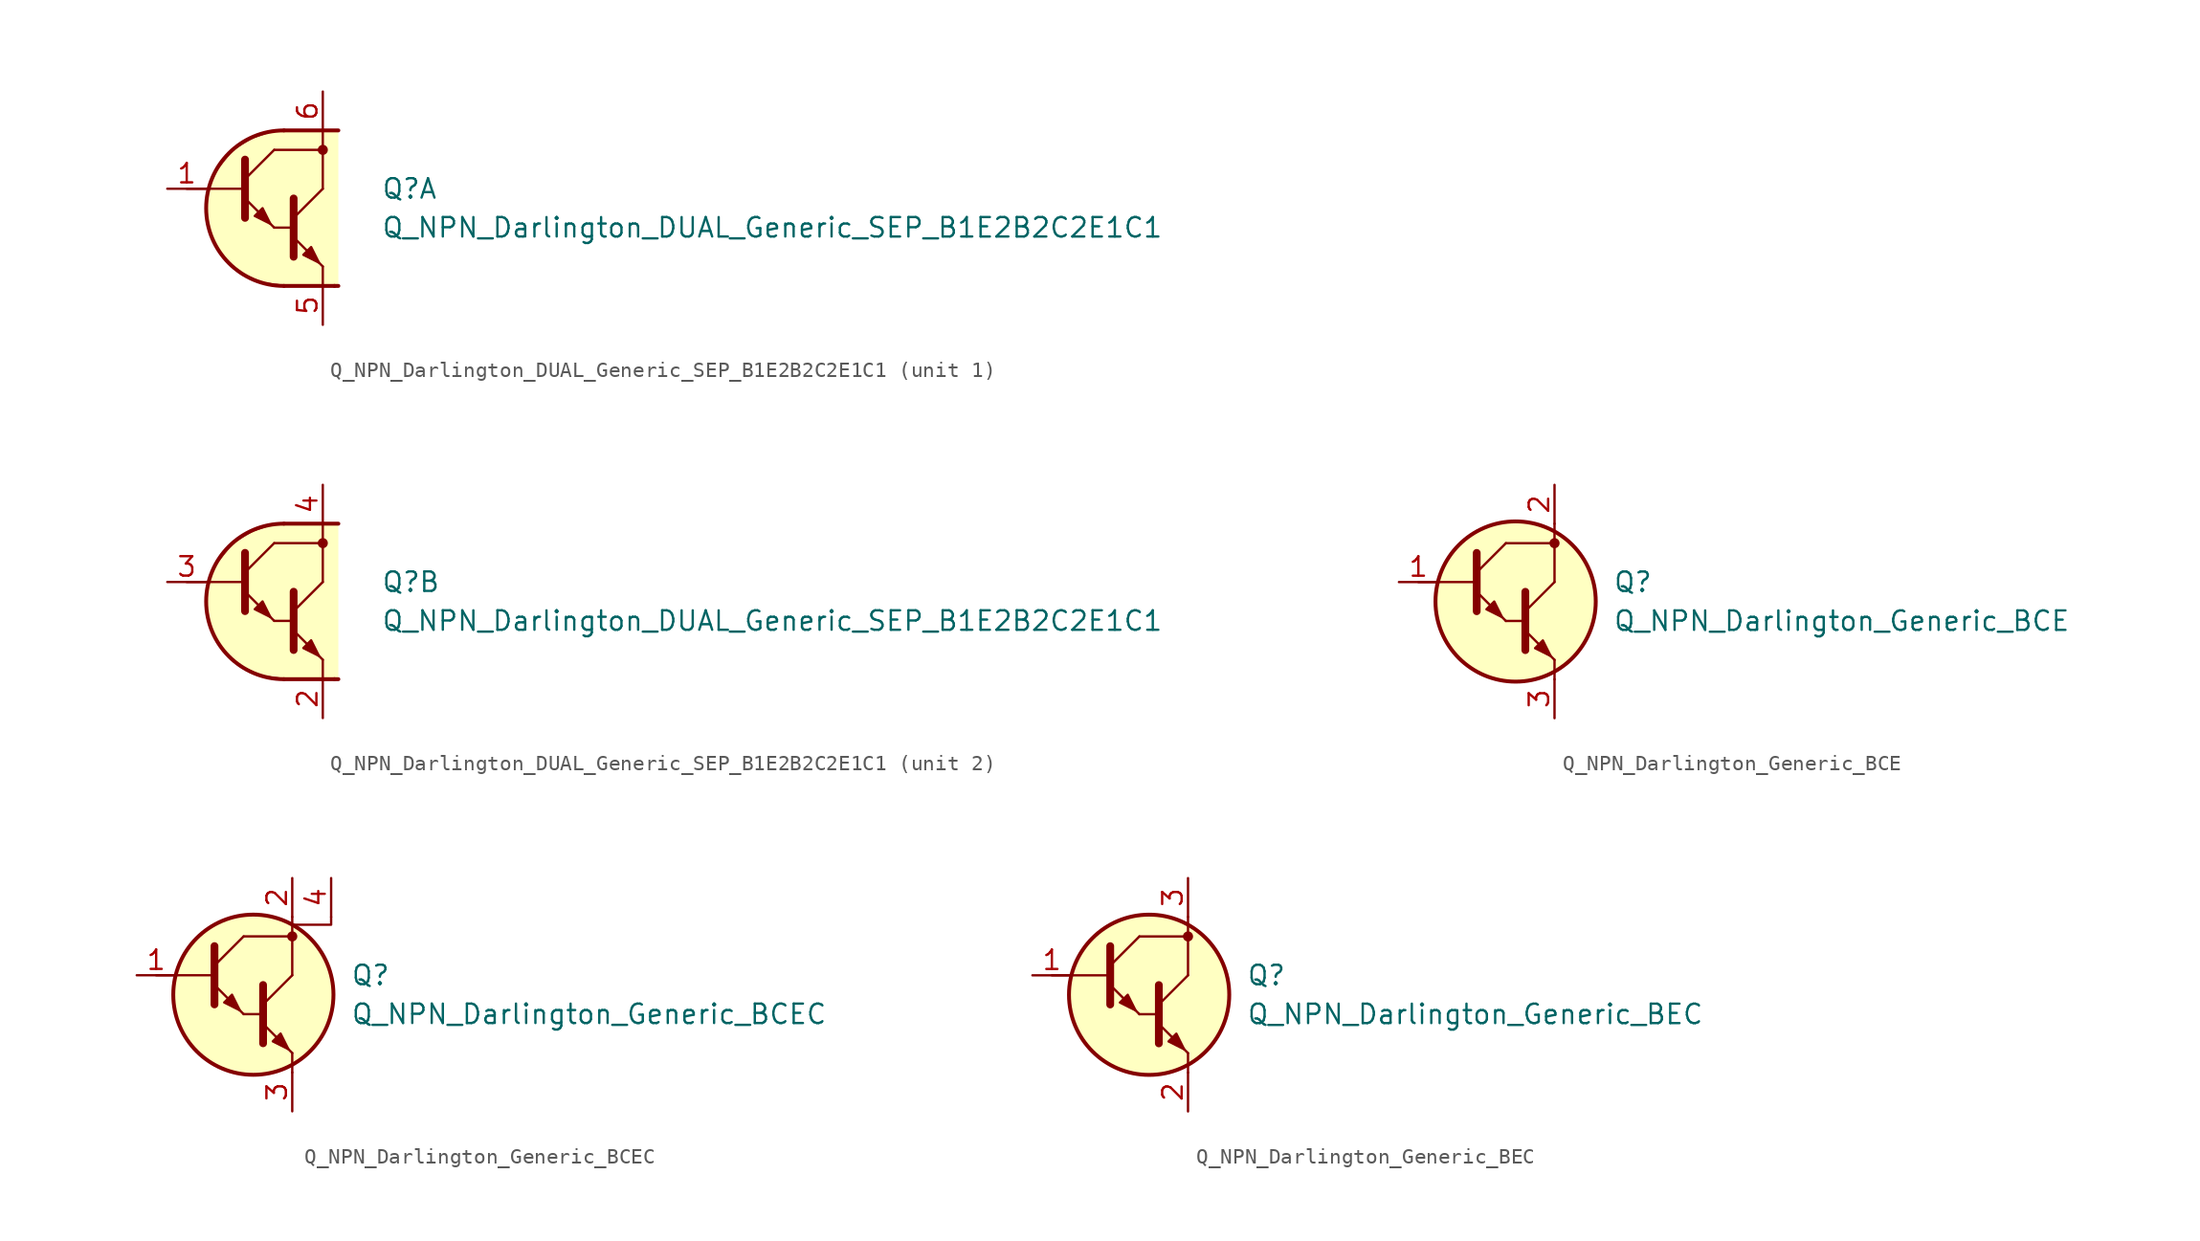
<source format=kicad_sym>
(kicad_symbol_lib
  (version 20211014)
  (generator kicad_symbol_editor)
  (symbol "Transistor_BJT_Darlington:Q_NPN_Darlington_DUAL_Generic_SEP_B1E2B2C2E1C1"
    (pin_names hide)
    (property "Reference" "Q"
      (at 6.35 1.27 0)
      (effects (font (size 1.27 1.27)) (justify left)))
    (property "Value" "Q_NPN_Darlington_DUAL_Generic_SEP_B1E2B2C2E1C1"
      (at 6.35 -1.27 0)
      (effects (font (size 1.27 1.27)) (justify left)))
    (property "ki_locked" ""
      (at 0 0 0)
      (effects (font (size 1.27 1.27))))
    (symbol "Q_NPN_Darlington_DUAL_Generic_SEP_B1E2B2C2E1C1_0_1"
      (polyline (pts (xy -6.35 1.27) (xy -2.54 1.27)) (stroke (width 0) (type default) (color 0 0 0 0)) (fill (type none)))
      (polyline (pts (xy -0.635 -1.27) (xy 0.635 -1.27)) (stroke (width 0) (type default) (color 0 0 0 0)) (fill (type none)))
      (polyline (pts (xy 0 -5.08) (xy 3.302 -5.08)) (stroke (width 0.254) (type default) (color 0 0 0 0)) (fill (type none)))
      (polyline (pts (xy 0 5.08) (xy 3.556 5.08)) (stroke (width 0.254) (type default) (color 0 0 0 0)) (fill (type none)))
      (polyline (pts (xy 0.635 -0.635) (xy 2.54 1.27)) (stroke (width 0) (type default) (color 0 0 0 0)) (fill (type none)))
      (polyline (pts (xy 2.54 -5.08) (xy 2.54 -3.81)) (stroke (width 0) (type default) (color 0 0 0 0)) (fill (type none)))
      (polyline (pts (xy 2.54 3.81) (xy 2.54 5.08)) (stroke (width 0) (type default) (color 0 0 0 0)) (fill (type none)))
      (polyline (pts (xy 3.302 -5.08) (xy 3.556 -5.08)) (stroke (width 0.254) (type default) (color 0 0 0 0)) (fill (type none)))
      (polyline (pts (xy -0.635 3.81) (xy 2.54 3.81) (xy 2.54 1.27)) (stroke (width 0) (type default) (color 0 0 0 0)) (fill (type none)))
      (polyline (pts (xy 0.635 -1.905) (xy 2.54 -3.81) (xy 2.54 -3.81)) (stroke (width 0) (type default) (color 0 0 0 0)) (fill (type none)))
      (polyline (pts (xy 0.635 0.635) (xy 0.635 -3.175) (xy 0.635 -3.175)) (stroke (width 0.508) (type default) (color 0 0 0 0)) (fill (type none)))
      (polyline (pts (xy 1.27 -3.048) (xy 1.778 -2.54) (xy 2.286 -3.556) (xy 1.27 -3.048) (xy 1.27 -3.048)) (stroke (width 0) (type default) (color 0 0 0 0)) (fill (type outline)))
      (polyline (pts (xy 3.556 5.08) (xy -0.508 5.08) (xy -2.032 4.572) (xy -3.302 3.81) (xy -4.318 2.54) (xy -5.08 1.016) (xy -5.08 -0.762) (xy -4.318 -2.794) (xy -3.048 -4.064) (xy -1.524 -4.826) (xy 0.508 -5.08) (xy 3.556 -5.08)) (stroke (width 0.025) (type default) (color 0 0 0 0)) (fill (type background)))
      (arc (start 0 5.08) (mid -5.08 0) (end 0 -5.08) (stroke (width 0.254) (type default) (color 0 0 0 0)) (fill (type none)))
      (circle (center 2.54 3.81) (radius 0.254) (stroke (width 0)) (stroke (width 0) (type default) (color 0 0 0 0)) (fill (type outline))))
    (symbol "Q_NPN_Darlington_DUAL_Generic_SEP_B1E2B2C2E1C1_1_1"
      (polyline (pts (xy -2.54 1.905) (xy -0.635 3.81)) (stroke (width 0) (type default) (color 0 0 0 0)) (fill (type none)))
      (polyline (pts (xy -2.54 0.635) (xy -0.635 -1.27) (xy -0.635 -1.27)) (stroke (width 0) (type default) (color 0 0 0 0)) (fill (type none)))
      (polyline (pts (xy -2.54 3.175) (xy -2.54 -0.635) (xy -2.54 -0.635)) (stroke (width 0.508) (type default) (color 0 0 0 0)) (fill (type none)))
      (polyline (pts (xy -1.905 -0.508) (xy -1.397 0) (xy -0.889 -1.016) (xy -1.905 -0.508) (xy -1.905 -0.508)) (stroke (width 0) (type default) (color 0 0 0 0)) (fill (type outline)))
      (pin input line (at -7.62 1.27 0) (length 2.54) (name "B1" (effects (font (size 1.27 1.27)))) (number "1" (effects (font (size 1.27 1.27)))))
      (pin passive line (at 2.54 -7.62 90) (length 2.54) (name "E1" (effects (font (size 1.27 1.27)))) (number "5" (effects (font (size 1.27 1.27)))))
      (pin passive line (at 2.54 7.62 270) (length 2.54) (name "C1" (effects (font (size 1.27 1.27)))) (number "6" (effects (font (size 1.27 1.27))))))
    (symbol "Q_NPN_Darlington_DUAL_Generic_SEP_B1E2B2C2E1C1_2_1"
      (polyline (pts (xy -2.54 1.905) (xy -0.635 3.81)) (stroke (width 0) (type default) (color 0 0 0 0)) (fill (type none)))
      (polyline (pts (xy -2.54 0.635) (xy -0.635 -1.27) (xy -0.635 -1.27)) (stroke (width 0) (type default) (color 0 0 0 0)) (fill (type none)))
      (polyline (pts (xy -2.54 3.175) (xy -2.54 -0.635) (xy -2.54 -0.635)) (stroke (width 0.508) (type default) (color 0 0 0 0)) (fill (type none)))
      (polyline (pts (xy -1.905 -0.508) (xy -1.397 0) (xy -0.889 -1.016) (xy -1.905 -0.508) (xy -1.905 -0.508)) (stroke (width 0) (type default) (color 0 0 0 0)) (fill (type outline)))
      (pin passive line (at 2.54 -7.62 90) (length 2.54) (name "E2" (effects (font (size 1.27 1.27)))) (number "2" (effects (font (size 1.27 1.27)))))
      (pin input line (at -7.62 1.27 0) (length 2.54) (name "B2" (effects (font (size 1.27 1.27)))) (number "3" (effects (font (size 1.27 1.27)))))
      (pin passive line (at 2.54 7.62 270) (length 2.54) (name "C2" (effects (font (size 1.27 1.27)))) (number "4" (effects (font (size 1.27 1.27)))))))
  (symbol "Transistor_BJT_Darlington:Q_NPN_Darlington_Generic_BCE"
    (pin_names hide)
    (property "Reference" "Q"
      (at 6.35 1.27 0)
      (effects (font (size 1.27 1.27)) (justify left)))
    (property "Value" "Q_NPN_Darlington_Generic_BCE"
      (at 6.35 -1.27 0)
      (effects (font (size 1.27 1.27)) (justify left)))
    (symbol "Q_NPN_Darlington_Generic_BCE_0_1"
      (polyline (pts (xy -6.35 1.27) (xy -2.54 1.27)) (stroke (width 0) (type default) (color 0 0 0 0)) (fill (type none)))
      (polyline (pts (xy -0.635 -1.27) (xy 0.635 -1.27)) (stroke (width 0) (type default) (color 0 0 0 0)) (fill (type none)))
      (polyline (pts (xy 0.635 -0.635) (xy 2.54 1.27)) (stroke (width 0) (type default) (color 0 0 0 0)) (fill (type none)))
      (polyline (pts (xy 2.54 -5.08) (xy 2.54 -3.81)) (stroke (width 0) (type default) (color 0 0 0 0)) (fill (type none)))
      (polyline (pts (xy 2.54 3.81) (xy 2.54 5.08)) (stroke (width 0) (type default) (color 0 0 0 0)) (fill (type none)))
      (polyline (pts (xy -0.635 3.81) (xy 2.54 3.81) (xy 2.54 1.27)) (stroke (width 0) (type default) (color 0 0 0 0)) (fill (type none)))
      (polyline (pts (xy 0.635 -1.905) (xy 2.54 -3.81) (xy 2.54 -3.81)) (stroke (width 0) (type default) (color 0 0 0 0)) (fill (type none)))
      (polyline (pts (xy 0.635 0.635) (xy 0.635 -3.175) (xy 0.635 -3.175)) (stroke (width 0.508) (type default) (color 0 0 0 0)) (fill (type none)))
      (polyline (pts (xy 1.27 -3.048) (xy 1.778 -2.54) (xy 2.286 -3.556) (xy 1.27 -3.048) (xy 1.27 -3.048)) (stroke (width 0) (type default) (color 0 0 0 0)) (fill (type outline)))
      (circle (center 0 0) (radius 5.232) (stroke (width 0.254)) (stroke (width 0.254) (type default) (color 0 0 0 0)) (fill (type background)))
      (circle (center 2.54 3.81) (radius 0.254) (stroke (width 0)) (stroke (width 0) (type default) (color 0 0 0 0)) (fill (type outline))))
    (symbol "Q_NPN_Darlington_Generic_BCE_1_1"
      (polyline (pts (xy -2.54 1.905) (xy -0.635 3.81)) (stroke (width 0) (type default) (color 0 0 0 0)) (fill (type none)))
      (polyline (pts (xy -2.54 0.635) (xy -0.635 -1.27) (xy -0.635 -1.27)) (stroke (width 0) (type default) (color 0 0 0 0)) (fill (type none)))
      (polyline (pts (xy -2.54 3.175) (xy -2.54 -0.635) (xy -2.54 -0.635)) (stroke (width 0.508) (type default) (color 0 0 0 0)) (fill (type none)))
      (polyline (pts (xy -1.905 -0.508) (xy -1.397 0) (xy -0.889 -1.016) (xy -1.905 -0.508) (xy -1.905 -0.508)) (stroke (width 0) (type default) (color 0 0 0 0)) (fill (type outline)))
      (pin input line (at -7.62 1.27 0) (length 2.54) (name "B" (effects (font (size 1.27 1.27)))) (number "1" (effects (font (size 1.27 1.27)))))
      (pin passive line (at 2.54 7.62 270) (length 2.54) (name "C" (effects (font (size 1.27 1.27)))) (number "2" (effects (font (size 1.27 1.27)))))
      (pin passive line (at 2.54 -7.62 90) (length 2.54) (name "E" (effects (font (size 1.27 1.27)))) (number "3" (effects (font (size 1.27 1.27)))))))
  (symbol "Transistor_BJT_Darlington:Q_NPN_Darlington_Generic_BCEC"
    (pin_names hide)
    (property "Reference" "Q"
      (at 6.35 1.27 0)
      (effects (font (size 1.27 1.27)) (justify left)))
    (property "Value" "Q_NPN_Darlington_Generic_BCEC"
      (at 6.35 -1.27 0)
      (effects (font (size 1.27 1.27)) (justify left)))
    (symbol "Q_NPN_Darlington_Generic_BCEC_0_1"
      (polyline (pts (xy -6.35 1.27) (xy -2.54 1.27)) (stroke (width 0) (type default) (color 0 0 0 0)) (fill (type none)))
      (polyline (pts (xy -0.635 -1.27) (xy 0.635 -1.27)) (stroke (width 0) (type default) (color 0 0 0 0)) (fill (type none)))
      (polyline (pts (xy 0.635 -0.635) (xy 2.54 1.27)) (stroke (width 0) (type default) (color 0 0 0 0)) (fill (type none)))
      (polyline (pts (xy 2.54 -5.08) (xy 2.54 -3.81)) (stroke (width 0) (type default) (color 0 0 0 0)) (fill (type none)))
      (polyline (pts (xy 2.54 3.81) (xy 2.54 5.08)) (stroke (width 0) (type default) (color 0 0 0 0)) (fill (type none)))
      (polyline (pts (xy -0.635 3.81) (xy 2.54 3.81) (xy 2.54 1.27)) (stroke (width 0) (type default) (color 0 0 0 0)) (fill (type none)))
      (polyline (pts (xy 0.635 -1.905) (xy 2.54 -3.81) (xy 2.54 -3.81)) (stroke (width 0) (type default) (color 0 0 0 0)) (fill (type none)))
      (polyline (pts (xy 0.635 0.635) (xy 0.635 -3.175) (xy 0.635 -3.175)) (stroke (width 0.508) (type default) (color 0 0 0 0)) (fill (type none)))
      (polyline (pts (xy 2.54 4.572) (xy 5.08 4.572) (xy 5.08 5.08)) (stroke (width 0) (type default) (color 0 0 0 0)) (fill (type none)))
      (polyline (pts (xy 1.27 -3.048) (xy 1.778 -2.54) (xy 2.286 -3.556) (xy 1.27 -3.048) (xy 1.27 -3.048)) (stroke (width 0) (type default) (color 0 0 0 0)) (fill (type outline)))
      (circle (center 0 0) (radius 5.232) (stroke (width 0.254)) (stroke (width 0.254) (type default) (color 0 0 0 0)) (fill (type background)))
      (circle (center 2.54 3.81) (radius 0.254) (stroke (width 0)) (stroke (width 0) (type default) (color 0 0 0 0)) (fill (type outline))))
    (symbol "Q_NPN_Darlington_Generic_BCEC_1_1"
      (polyline (pts (xy -2.54 1.905) (xy -0.635 3.81)) (stroke (width 0) (type default) (color 0 0 0 0)) (fill (type none)))
      (polyline (pts (xy -2.54 0.635) (xy -0.635 -1.27) (xy -0.635 -1.27)) (stroke (width 0) (type default) (color 0 0 0 0)) (fill (type none)))
      (polyline (pts (xy -2.54 3.175) (xy -2.54 -0.635) (xy -2.54 -0.635)) (stroke (width 0.508) (type default) (color 0 0 0 0)) (fill (type none)))
      (polyline (pts (xy -1.905 -0.508) (xy -1.397 0) (xy -0.889 -1.016) (xy -1.905 -0.508) (xy -1.905 -0.508)) (stroke (width 0) (type default) (color 0 0 0 0)) (fill (type outline)))
      (pin input line (at -7.62 1.27 0) (length 2.54) (name "B" (effects (font (size 1.27 1.27)))) (number "1" (effects (font (size 1.27 1.27)))))
      (pin passive line (at 2.54 7.62 270) (length 2.54) (name "C" (effects (font (size 1.27 1.27)))) (number "2" (effects (font (size 1.27 1.27)))))
      (pin passive line (at 2.54 -7.62 90) (length 2.54) (name "E" (effects (font (size 1.27 1.27)))) (number "3" (effects (font (size 1.27 1.27)))))
      (pin passive line (at 5.08 7.62 270) (length 2.54) (name "C" (effects (font (size 1.27 1.27)))) (number "4" (effects (font (size 1.27 1.27)))))))
  (symbol "Transistor_BJT_Darlington:Q_NPN_Darlington_Generic_BEC"
    (pin_names hide)
    (property "Reference" "Q"
      (at 6.35 1.27 0)
      (effects (font (size 1.27 1.27)) (justify left)))
    (property "Value" "Q_NPN_Darlington_Generic_BEC"
      (at 6.35 -1.27 0)
      (effects (font (size 1.27 1.27)) (justify left)))
    (symbol "Q_NPN_Darlington_Generic_BEC_0_1"
      (polyline (pts (xy -6.35 1.27) (xy -2.54 1.27)) (stroke (width 0) (type default) (color 0 0 0 0)) (fill (type none)))
      (polyline (pts (xy -0.635 -1.27) (xy 0.635 -1.27)) (stroke (width 0) (type default) (color 0 0 0 0)) (fill (type none)))
      (polyline (pts (xy 0.635 -0.635) (xy 2.54 1.27)) (stroke (width 0) (type default) (color 0 0 0 0)) (fill (type none)))
      (polyline (pts (xy 2.54 -5.08) (xy 2.54 -3.81)) (stroke (width 0) (type default) (color 0 0 0 0)) (fill (type none)))
      (polyline (pts (xy 2.54 3.81) (xy 2.54 5.08)) (stroke (width 0) (type default) (color 0 0 0 0)) (fill (type none)))
      (polyline (pts (xy -0.635 3.81) (xy 2.54 3.81) (xy 2.54 1.27)) (stroke (width 0) (type default) (color 0 0 0 0)) (fill (type none)))
      (polyline (pts (xy 0.635 -1.905) (xy 2.54 -3.81) (xy 2.54 -3.81)) (stroke (width 0) (type default) (color 0 0 0 0)) (fill (type none)))
      (polyline (pts (xy 0.635 0.635) (xy 0.635 -3.175) (xy 0.635 -3.175)) (stroke (width 0.508) (type default) (color 0 0 0 0)) (fill (type none)))
      (polyline (pts (xy 1.27 -3.048) (xy 1.778 -2.54) (xy 2.286 -3.556) (xy 1.27 -3.048) (xy 1.27 -3.048)) (stroke (width 0) (type default) (color 0 0 0 0)) (fill (type outline)))
      (circle (center 0 0) (radius 5.232) (stroke (width 0.254)) (stroke (width 0.254) (type default) (color 0 0 0 0)) (fill (type background)))
      (circle (center 2.54 3.81) (radius 0.254) (stroke (width 0)) (stroke (width 0) (type default) (color 0 0 0 0)) (fill (type outline))))
    (symbol "Q_NPN_Darlington_Generic_BEC_1_1"
      (polyline (pts (xy -2.54 1.905) (xy -0.635 3.81)) (stroke (width 0) (type default) (color 0 0 0 0)) (fill (type none)))
      (polyline (pts (xy -2.54 0.635) (xy -0.635 -1.27) (xy -0.635 -1.27)) (stroke (width 0) (type default) (color 0 0 0 0)) (fill (type none)))
      (polyline (pts (xy -2.54 3.175) (xy -2.54 -0.635) (xy -2.54 -0.635)) (stroke (width 0.508) (type default) (color 0 0 0 0)) (fill (type none)))
      (polyline (pts (xy -1.905 -0.508) (xy -1.397 0) (xy -0.889 -1.016) (xy -1.905 -0.508) (xy -1.905 -0.508)) (stroke (width 0) (type default) (color 0 0 0 0)) (fill (type outline)))
      (pin input line (at -7.62 1.27 0) (length 2.54) (name "B" (effects (font (size 1.27 1.27)))) (number "1" (effects (font (size 1.27 1.27)))))
      (pin passive line (at 2.54 -7.62 90) (length 2.54) (name "E" (effects (font (size 1.27 1.27)))) (number "2" (effects (font (size 1.27 1.27)))))
      (pin passive line (at 2.54 7.62 270) (length 2.54) (name "C" (effects (font (size 1.27 1.27)))) (number "3" (effects (font (size 1.27 1.27))))))))
</source>
